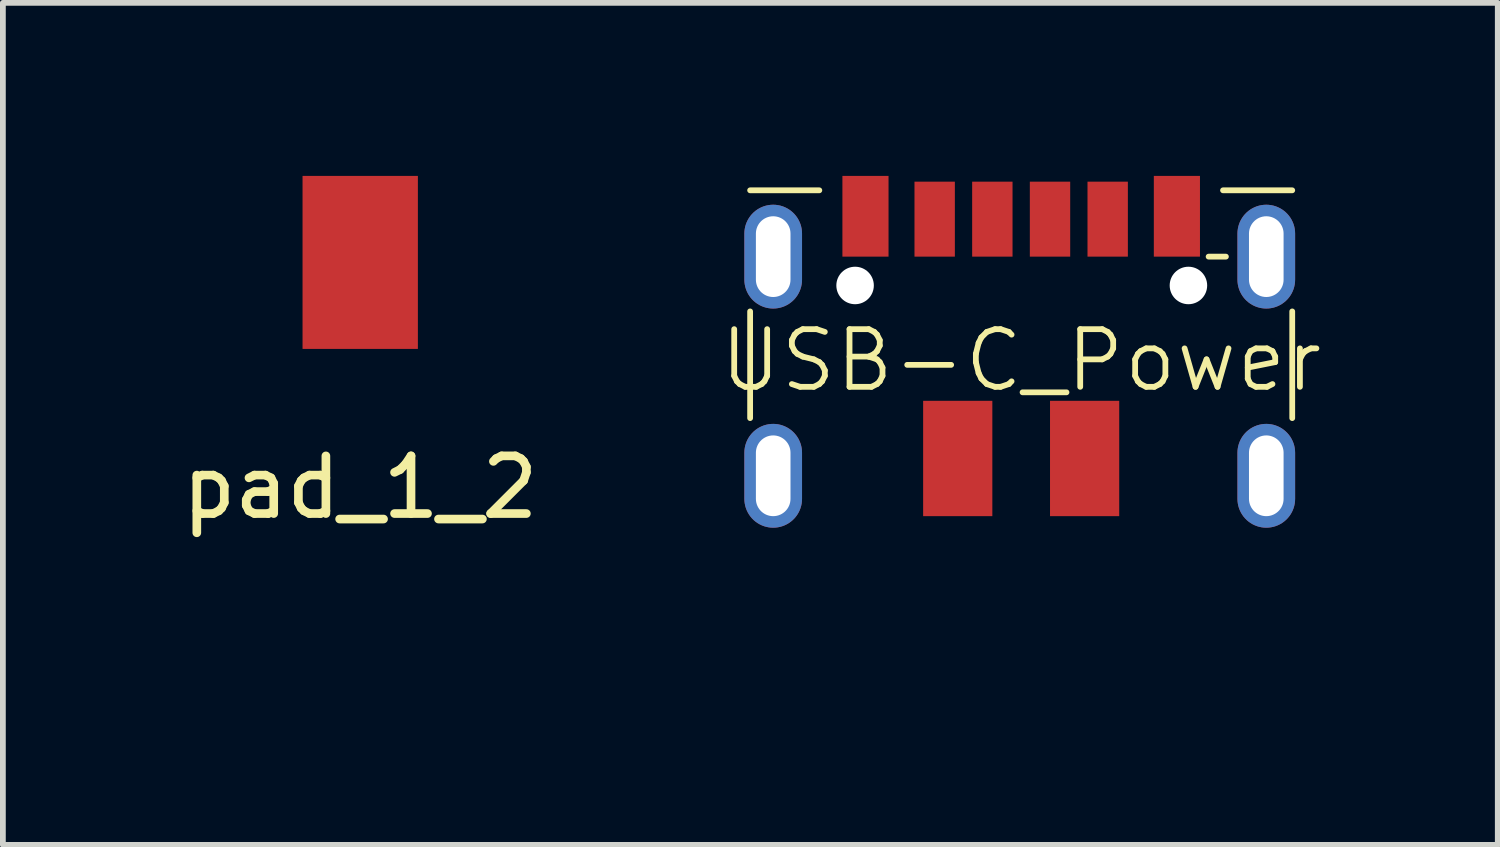
<source format=kicad_pcb>
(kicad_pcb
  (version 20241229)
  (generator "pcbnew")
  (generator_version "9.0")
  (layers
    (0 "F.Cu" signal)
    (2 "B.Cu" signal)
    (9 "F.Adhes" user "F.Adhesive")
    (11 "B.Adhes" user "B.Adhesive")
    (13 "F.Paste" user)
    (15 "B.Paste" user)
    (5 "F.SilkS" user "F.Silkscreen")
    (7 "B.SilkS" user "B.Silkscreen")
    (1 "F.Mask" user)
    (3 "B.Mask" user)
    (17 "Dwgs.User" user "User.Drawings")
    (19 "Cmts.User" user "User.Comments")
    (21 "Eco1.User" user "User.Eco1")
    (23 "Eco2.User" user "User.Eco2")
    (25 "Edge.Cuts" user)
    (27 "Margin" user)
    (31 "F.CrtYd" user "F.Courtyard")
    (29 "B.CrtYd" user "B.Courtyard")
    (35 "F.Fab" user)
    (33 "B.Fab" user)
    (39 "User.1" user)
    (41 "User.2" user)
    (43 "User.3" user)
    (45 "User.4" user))
  (footprint "pad_1_2"
    (layer "F.Cu")
    (at 3.196 1.5)
    (property "Reference" "pad_1_2" (at 0 3.9 180) (layer "F.SilkS") (effects (font (size 1 1) (thickness 0.15))))
    (attr through_hole)
    (pad "1" smd rect (at 0 0 180) (size 2 3) (layers "F.Cu" "F.Mask" "F.Paste")))
  (footprint "USB-C_Power"
    (layer "F.Cu")
    (at 14.657 1.4)
    (property "Reference" "USB-C_Power" (at 0 1.8 180) (layer "F.SilkS") (effects (font (size 1 1) (thickness 0.1))))
    (attr through_hole)
    (fp_line (start -4.7 -1.15) (end -3.5 -1.15) (stroke (width 0.1) (type solid)) (layer "F.SilkS"))
    (fp_line (start -4.7 2.8) (end -4.7 0.95) (stroke (width 0.1) (type solid)) (layer "F.SilkS"))
    (fp_line (start 3.5 -1.15) (end 4.7 -1.15) (stroke (width 0.1) (type solid)) (layer "F.SilkS"))
    (fp_line (start 3.55 0) (end 3.25 0) (stroke (width 0.1) (type solid)) (layer "F.SilkS"))
    (fp_line (start 4.7 2.8) (end 4.7 0.95) (stroke (width 0.1) (type solid)) (layer "F.SilkS"))
    (fp_line (start -4.7 7.15) (end -4.7 4.8) (stroke (width 0.1) (type solid)) (layer "Eco1.User"))
    (fp_line (start -4.7 7.15) (end 4.7 7.15) (stroke (width 0.1) (type solid)) (layer "Eco1.User"))
    (fp_line (start 4.7 5.55) (end -4.7 5.55) (stroke (width 0.1) (type solid)) (layer "Eco1.User"))
    (fp_line (start 4.7 6.15) (end -4.7 6.15) (stroke (width 0.1) (type solid)) (layer "Eco1.User"))
    (fp_line (start 4.7 7.15) (end 4.7 4.8) (stroke (width 0.1) (type solid)) (layer "Eco1.User"))
    (pad "" np_thru_hole circle (at -2.88 0.5) (size 0.65 0.65) (drill 0.65) (layers "*.Cu" "*.Mask"))
    (pad "" np_thru_hole circle (at 2.9 0.5) (size 0.65 0.65) (drill 0.65) (layers "*.Cu" "*.Mask"))
    (pad "1" smd rect (at -2.7 -0.7) (size 0.8 1.4) (layers "F.Cu" "F.Mask" "F.Paste"))
    (pad "2" smd rect (at -1.5 -0.65) (size 0.7 1.3) (layers "F.Cu" "F.Mask" "F.Paste"))
    (pad "3" smd rect (at -0.5 -0.65) (size 0.7 1.3) (layers "F.Cu" "F.Mask" "F.Paste"))
    (pad "4" smd rect (at 0.5 -0.65) (size 0.7 1.3) (layers "F.Cu" "F.Mask" "F.Paste"))
    (pad "5" smd rect (at 1.5 -0.65) (size 0.7 1.3) (layers "F.Cu" "F.Mask" "F.Paste"))
    (pad "6" smd rect (at 2.7 -0.7) (size 0.8 1.4) (layers "F.Cu" "F.Mask" "F.Paste"))
    (pad "S1" thru_hole oval (at -4.3 0) (size 1 1.8) (drill oval 0.6 1.4) (layers "*.Cu" "*.Mask" "F.Paste"))
    (pad "S1" thru_hole oval (at -4.3 3.8) (size 1 1.8) (drill oval 0.6 1.4) (layers "*.Cu" "*.Mask" "F.Paste"))
    (pad "S1" smd rect (at -1.1 3.5) (size 1.2 2) (layers "F.Cu" "F.Mask" "F.Paste"))
    (pad "S1" smd rect (at 1.1 3.5 180) (size 1.2 2) (layers "F.Cu" "F.Mask" "F.Paste"))
    (pad "S1" thru_hole oval (at 4.25 0) (size 1 1.8) (drill oval 0.6 1.4) (layers "*.Cu" "*.Mask" "F.Paste"))
    (pad "S1" thru_hole oval (at 4.25 3.8) (size 1 1.8) (drill oval 0.6 1.4) (layers "*.Cu" "*.Mask" "F.Paste")))
  (gr_rect
    (start -3 -3)
    (end 22.921 11.6)
    (stroke (width 0.1) (type default))
    (fill no)
    (layer "Edge.Cuts")))
</source>
